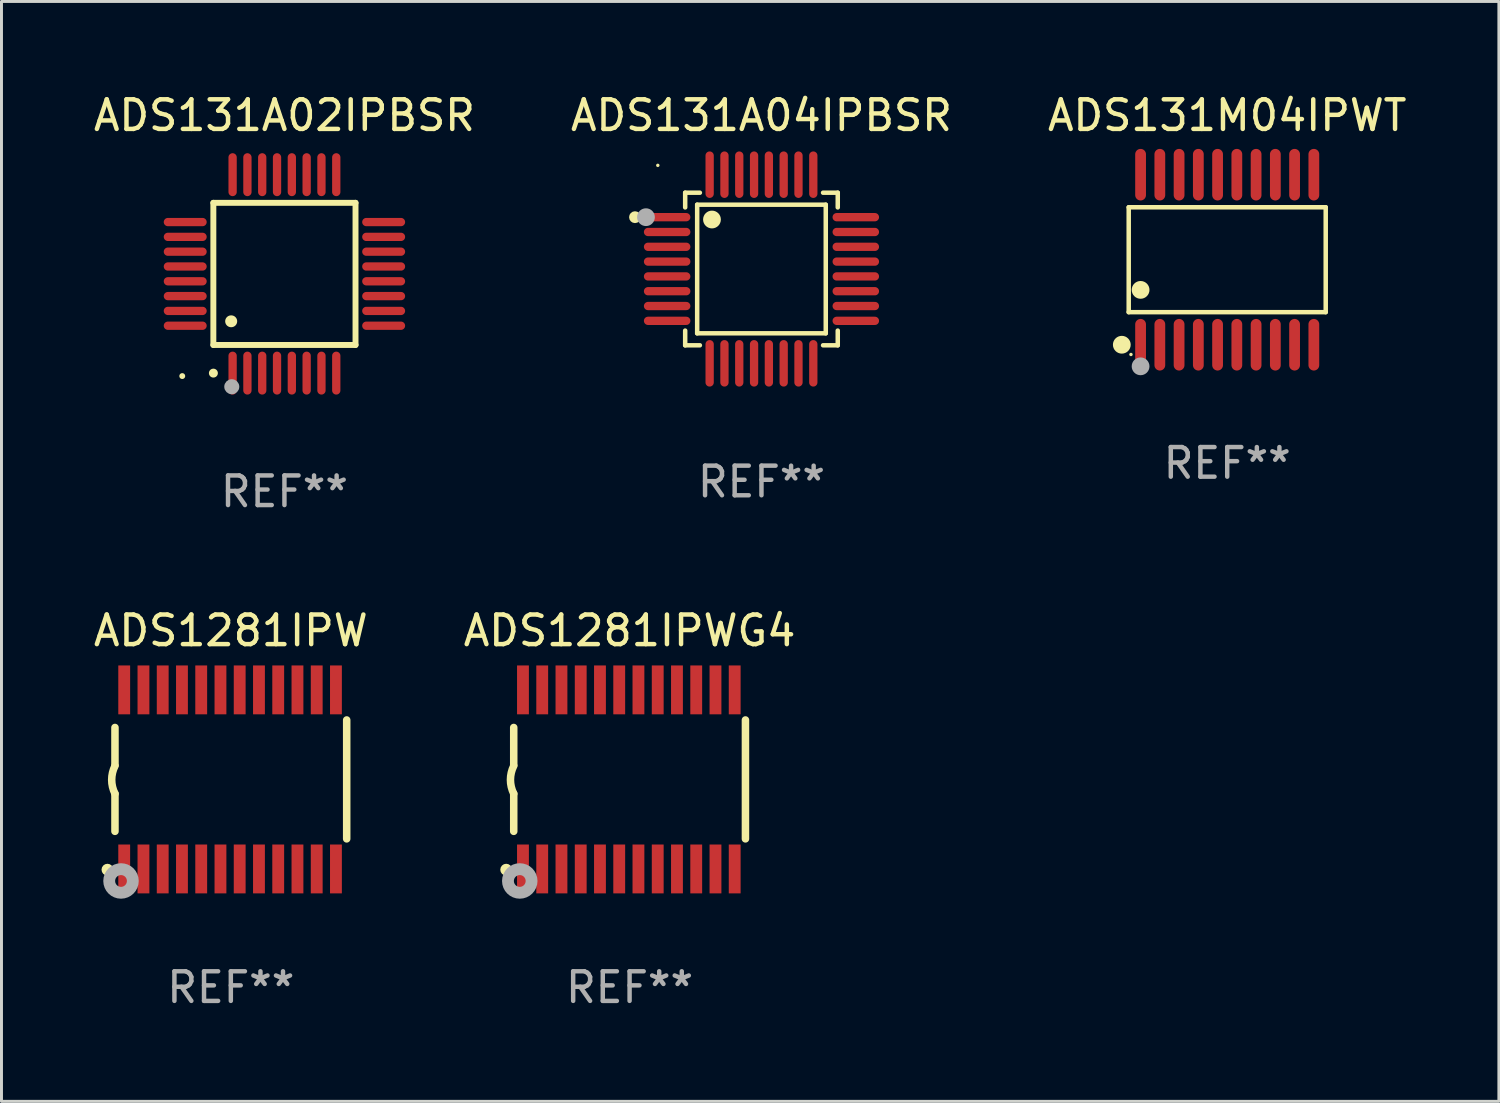
<source format=kicad_pcb>
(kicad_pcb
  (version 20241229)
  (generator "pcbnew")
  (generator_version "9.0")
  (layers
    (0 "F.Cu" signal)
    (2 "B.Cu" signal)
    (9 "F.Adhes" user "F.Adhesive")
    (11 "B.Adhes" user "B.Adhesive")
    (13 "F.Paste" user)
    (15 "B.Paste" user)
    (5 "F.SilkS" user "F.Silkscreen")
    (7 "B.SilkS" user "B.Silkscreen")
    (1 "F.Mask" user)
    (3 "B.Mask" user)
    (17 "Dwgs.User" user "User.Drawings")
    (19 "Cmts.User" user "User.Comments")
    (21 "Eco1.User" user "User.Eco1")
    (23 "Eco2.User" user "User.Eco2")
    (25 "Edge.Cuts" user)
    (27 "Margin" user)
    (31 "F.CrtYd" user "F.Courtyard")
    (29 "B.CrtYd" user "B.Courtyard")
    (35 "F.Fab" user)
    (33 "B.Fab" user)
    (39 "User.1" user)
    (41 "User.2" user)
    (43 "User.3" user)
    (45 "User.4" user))
  (footprint "ADS1281IPW"
    (layer "F.Cu")
    (at 4.744 23.267)
    (property "Reference" "ADS1281IPW" (at 0 -5.023 0) (layer "F.SilkS") (effects (font (size 1 1) (thickness 0.15))))
    (attr through_hole)
    (fp_line (start -3.912 -0.483) (end -3.912 -1.753) (stroke (width 0.254) (type solid)) (layer "F.SilkS"))
    (fp_line (start -3.912 1.753) (end -3.912 0.483) (stroke (width 0.254) (type solid)) (layer "F.SilkS"))
    (fp_line (start 3.912 -2.007) (end 3.912 2.007) (stroke (width 0.254) (type solid)) (layer "F.SilkS"))
    (fp_arc (start -3.911608 0.482601) (mid -4.022537 0.0127) (end -3.911608 -0.457201) (stroke (width 0.254001) (type solid)) (layer "F.SilkS"))
    (fp_circle (center -4.166 3.048) (end -4.066 3.048) (stroke (width 0.2) (type solid)) (fill no) (layer "F.SilkS"))
    (fp_circle (center -3.925 3.186) (end -3.895 3.186) (stroke (width 0.06) (type solid)) (fill no) (layer "F.SilkS"))
    (fp_circle (center -3.708 3.429) (end -3.509 3.429) (stroke (width 0.4) (type solid)) (fill no) (layer "F.Fab"))
    (fp_text user "REF**" (at 0 7.023 0) (layer "F.Fab") (effects (font (size 1 1) (thickness 0.15))))
    (pad "1" smd rect (at -3.6 3.023) (size 0.4 1.65) (layers "F.Cu" "F.Mask" "F.Paste"))
    (pad "2" smd rect (at -2.95 3.023) (size 0.4 1.65) (layers "F.Cu" "F.Mask" "F.Paste"))
    (pad "3" smd rect (at -2.3 3.023) (size 0.4 1.65) (layers "F.Cu" "F.Mask" "F.Paste"))
    (pad "4" smd rect (at -1.65 3.023) (size 0.4 1.65) (layers "F.Cu" "F.Mask" "F.Paste"))
    (pad "5" smd rect (at -1 3.023) (size 0.4 1.65) (layers "F.Cu" "F.Mask" "F.Paste"))
    (pad "6" smd rect (at -0.35 3.023) (size 0.4 1.65) (layers "F.Cu" "F.Mask" "F.Paste"))
    (pad "7" smd rect (at 0.299 3.023) (size 0.4 1.65) (layers "F.Cu" "F.Mask" "F.Paste"))
    (pad "8" smd rect (at 0.95 3.023) (size 0.4 1.65) (layers "F.Cu" "F.Mask" "F.Paste"))
    (pad "9" smd rect (at 1.6 3.023) (size 0.4 1.65) (layers "F.Cu" "F.Mask" "F.Paste"))
    (pad "10" smd rect (at 2.25 3.023) (size 0.4 1.65) (layers "F.Cu" "F.Mask" "F.Paste"))
    (pad "11" smd rect (at 2.9 3.023) (size 0.4 1.65) (layers "F.Cu" "F.Mask" "F.Paste"))
    (pad "12" smd rect (at 3.549 3.023) (size 0.4 1.65) (layers "F.Cu" "F.Mask" "F.Paste"))
    (pad "13" smd rect (at 3.549 -3.023) (size 0.4 1.65) (layers "F.Cu" "F.Mask" "F.Paste"))
    (pad "14" smd rect (at 2.9 -3.023) (size 0.4 1.65) (layers "F.Cu" "F.Mask" "F.Paste"))
    (pad "15" smd rect (at 2.25 -3.023) (size 0.4 1.65) (layers "F.Cu" "F.Mask" "F.Paste"))
    (pad "16" smd rect (at 1.6 -3.023) (size 0.4 1.65) (layers "F.Cu" "F.Mask" "F.Paste"))
    (pad "17" smd rect (at 0.95 -3.023) (size 0.4 1.65) (layers "F.Cu" "F.Mask" "F.Paste"))
    (pad "18" smd rect (at 0.299 -3.023) (size 0.4 1.65) (layers "F.Cu" "F.Mask" "F.Paste"))
    (pad "19" smd rect (at -0.35 -3.023) (size 0.4 1.65) (layers "F.Cu" "F.Mask" "F.Paste"))
    (pad "20" smd rect (at -1 -3.023) (size 0.4 1.65) (layers "F.Cu" "F.Mask" "F.Paste"))
    (pad "21" smd rect (at -1.65 -3.023) (size 0.4 1.65) (layers "F.Cu" "F.Mask" "F.Paste"))
    (pad "22" smd rect (at -2.3 -3.023) (size 0.4 1.65) (layers "F.Cu" "F.Mask" "F.Paste"))
    (pad "23" smd rect (at -2.95 -3.023) (size 0.4 1.65) (layers "F.Cu" "F.Mask" "F.Paste"))
    (pad "24" smd rect (at -3.6 -3.023) (size 0.4 1.65) (layers "F.Cu" "F.Mask" "F.Paste")))
  (footprint "ADS131M04IPWT"
    (layer "F.Cu")
    (at 38.387 5.719)
    (property "Reference" "ADS131M04IPWT" (at 0 -4.871 0) (layer "F.SilkS") (effects (font (size 1 1) (thickness 0.15))))
    (attr through_hole)
    (fp_line (start -3.326 -1.771) (end 3.326 -1.771) (stroke (width 0.152) (type solid)) (layer "F.SilkS"))
    (fp_line (start -3.326 1.771) (end -3.326 -1.771) (stroke (width 0.152) (type solid)) (layer "F.SilkS"))
    (fp_line (start 3.326 -1.771) (end 3.326 1.771) (stroke (width 0.152) (type solid)) (layer "F.SilkS"))
    (fp_line (start 3.326 1.771) (end -3.326 1.771) (stroke (width 0.152) (type solid)) (layer "F.SilkS"))
    (fp_circle (center -3.559 2.871) (end -3.409 2.871) (stroke (width 0.3) (type solid)) (fill no) (layer "F.SilkS"))
    (fp_circle (center -3.25 3.2) (end -3.22 3.2) (stroke (width 0.06) (type solid)) (fill no) (layer "F.SilkS"))
    (fp_circle (center -2.925 1.019) (end -2.775 1.019) (stroke (width 0.3) (type solid)) (fill no) (layer "F.SilkS"))
    (fp_circle (center -2.925 3.6) (end -2.775 3.6) (stroke (width 0.3) (type solid)) (fill no) (layer "F.Fab"))
    (fp_text user "REF**" (at 0 6.871 0) (layer "F.Fab") (effects (font (size 1 1) (thickness 0.15))))
    (pad "1" smd oval (at -2.925 2.871) (size 0.364 1.742) (layers "F.Cu" "F.Mask" "F.Paste"))
    (pad "2" smd oval (at -2.275 2.871) (size 0.364 1.742) (layers "F.Cu" "F.Mask" "F.Paste"))
    (pad "3" smd oval (at -1.625 2.871) (size 0.364 1.742) (layers "F.Cu" "F.Mask" "F.Paste"))
    (pad "4" smd oval (at -0.975 2.871) (size 0.364 1.742) (layers "F.Cu" "F.Mask" "F.Paste"))
    (pad "5" smd oval (at -0.325 2.871) (size 0.364 1.742) (layers "F.Cu" "F.Mask" "F.Paste"))
    (pad "6" smd oval (at 0.325 2.871) (size 0.364 1.742) (layers "F.Cu" "F.Mask" "F.Paste"))
    (pad "7" smd oval (at 0.975 2.871) (size 0.364 1.742) (layers "F.Cu" "F.Mask" "F.Paste"))
    (pad "8" smd oval (at 1.625 2.871) (size 0.364 1.742) (layers "F.Cu" "F.Mask" "F.Paste"))
    (pad "9" smd oval (at 2.275 2.871) (size 0.364 1.742) (layers "F.Cu" "F.Mask" "F.Paste"))
    (pad "10" smd oval (at 2.925 2.871) (size 0.364 1.742) (layers "F.Cu" "F.Mask" "F.Paste"))
    (pad "11" smd oval (at 2.925 -2.871) (size 0.364 1.742) (layers "F.Cu" "F.Mask" "F.Paste"))
    (pad "12" smd oval (at 2.275 -2.871) (size 0.364 1.742) (layers "F.Cu" "F.Mask" "F.Paste"))
    (pad "13" smd oval (at 1.625 -2.871) (size 0.364 1.742) (layers "F.Cu" "F.Mask" "F.Paste"))
    (pad "14" smd oval (at 0.975 -2.871) (size 0.364 1.742) (layers "F.Cu" "F.Mask" "F.Paste"))
    (pad "15" smd oval (at 0.325 -2.871) (size 0.364 1.742) (layers "F.Cu" "F.Mask" "F.Paste"))
    (pad "16" smd oval (at -0.325 -2.871) (size 0.364 1.742) (layers "F.Cu" "F.Mask" "F.Paste"))
    (pad "17" smd oval (at -0.975 -2.871) (size 0.364 1.742) (layers "F.Cu" "F.Mask" "F.Paste"))
    (pad "18" smd oval (at -1.625 -2.871) (size 0.364 1.742) (layers "F.Cu" "F.Mask" "F.Paste"))
    (pad "19" smd oval (at -2.275 -2.871) (size 0.364 1.742) (layers "F.Cu" "F.Mask" "F.Paste"))
    (pad "20" smd oval (at -2.925 -2.871) (size 0.364 1.742) (layers "F.Cu" "F.Mask" "F.Paste")))
  (footprint "ADS131A04IPBSR"
    (layer "F.Cu")
    (at 22.661 6.033)
    (property "Reference" "ADS131A04IPBSR" (at 0 -5.185 0) (layer "F.SilkS") (effects (font (size 1 1) (thickness 0.15))))
    (attr through_hole)
    (fp_line (start -2.576 -2.576) (end -2.576 -2.08) (stroke (width 0.152) (type solid)) (layer "F.SilkS"))
    (fp_line (start -2.576 2.576) (end -2.576 2.08) (stroke (width 0.152) (type solid)) (layer "F.SilkS"))
    (fp_line (start -2.171 -2.171) (end 2.171 -2.171) (stroke (width 0.152) (type solid)) (layer "F.SilkS"))
    (fp_line (start -2.171 2.171) (end -2.171 -2.171) (stroke (width 0.152) (type solid)) (layer "F.SilkS"))
    (fp_line (start -2.08 -2.576) (end -2.576 -2.576) (stroke (width 0.152) (type solid)) (layer "F.SilkS"))
    (fp_line (start -2.08 2.576) (end -2.576 2.576) (stroke (width 0.152) (type solid)) (layer "F.SilkS"))
    (fp_line (start 2.08 -2.576) (end 2.576 -2.576) (stroke (width 0.152) (type solid)) (layer "F.SilkS"))
    (fp_line (start 2.08 2.576) (end 2.576 2.576) (stroke (width 0.152) (type solid)) (layer "F.SilkS"))
    (fp_line (start 2.171 -2.171) (end 2.171 2.171) (stroke (width 0.152) (type solid)) (layer "F.SilkS"))
    (fp_line (start 2.171 2.171) (end -2.171 2.171) (stroke (width 0.152) (type solid)) (layer "F.SilkS"))
    (fp_line (start 2.576 -2.576) (end 2.576 -2.08) (stroke (width 0.152) (type solid)) (layer "F.SilkS"))
    (fp_line (start 2.576 2.576) (end 2.576 2.08) (stroke (width 0.152) (type solid)) (layer "F.SilkS"))
    (fp_circle (center -4.27 -1.75) (end -4.17 -1.75) (stroke (width 0.2) (type solid)) (fill no) (layer "F.SilkS"))
    (fp_circle (center -3.5 -3.5) (end -3.47 -3.5) (stroke (width 0.06) (type solid)) (fill no) (layer "F.SilkS"))
    (fp_circle (center -1.671 -1.671) (end -1.521 -1.671) (stroke (width 0.3) (type solid)) (fill no) (layer "F.SilkS"))
    (fp_circle (center -3.9 -1.75) (end -3.75 -1.75) (stroke (width 0.3) (type solid)) (fill no) (layer "F.Fab"))
    (fp_text user "REF**" (at 0 7.185 0) (layer "F.Fab") (effects (font (size 1 1) (thickness 0.15))))
    (pad "1" smd oval (at -3.185 -1.75 270) (size 0.28 1.57) (layers "F.Cu" "F.Mask" "F.Paste"))
    (pad "2" smd oval (at -3.185 -1.25 270) (size 0.28 1.57) (layers "F.Cu" "F.Mask" "F.Paste"))
    (pad "3" smd oval (at -3.185 -0.75 270) (size 0.28 1.57) (layers "F.Cu" "F.Mask" "F.Paste"))
    (pad "4" smd oval (at -3.185 -0.25 270) (size 0.28 1.57) (layers "F.Cu" "F.Mask" "F.Paste"))
    (pad "5" smd oval (at -3.185 0.25 270) (size 0.28 1.57) (layers "F.Cu" "F.Mask" "F.Paste"))
    (pad "6" smd oval (at -3.185 0.75 270) (size 0.28 1.57) (layers "F.Cu" "F.Mask" "F.Paste"))
    (pad "7" smd oval (at -3.185 1.25 270) (size 0.28 1.57) (layers "F.Cu" "F.Mask" "F.Paste"))
    (pad "8" smd oval (at -3.185 1.75 270) (size 0.28 1.57) (layers "F.Cu" "F.Mask" "F.Paste"))
    (pad "9" smd oval (at -1.75 3.185 270) (size 1.57 0.28) (layers "F.Cu" "F.Mask" "F.Paste"))
    (pad "10" smd oval (at -1.25 3.185 270) (size 1.57 0.28) (layers "F.Cu" "F.Mask" "F.Paste"))
    (pad "11" smd oval (at -0.75 3.185 270) (size 1.57 0.28) (layers "F.Cu" "F.Mask" "F.Paste"))
    (pad "12" smd oval (at -0.25 3.185 270) (size 1.57 0.28) (layers "F.Cu" "F.Mask" "F.Paste"))
    (pad "13" smd oval (at 0.25 3.185 270) (size 1.57 0.28) (layers "F.Cu" "F.Mask" "F.Paste"))
    (pad "14" smd oval (at 0.75 3.185 270) (size 1.57 0.28) (layers "F.Cu" "F.Mask" "F.Paste"))
    (pad "15" smd oval (at 1.25 3.185 270) (size 1.57 0.28) (layers "F.Cu" "F.Mask" "F.Paste"))
    (pad "16" smd oval (at 1.75 3.185 270) (size 1.57 0.28) (layers "F.Cu" "F.Mask" "F.Paste"))
    (pad "17" smd oval (at 3.185 1.75 270) (size 0.28 1.57) (layers "F.Cu" "F.Mask" "F.Paste"))
    (pad "18" smd oval (at 3.185 1.25 270) (size 0.28 1.57) (layers "F.Cu" "F.Mask" "F.Paste"))
    (pad "19" smd oval (at 3.185 0.75 270) (size 0.28 1.57) (layers "F.Cu" "F.Mask" "F.Paste"))
    (pad "20" smd oval (at 3.185 0.25 270) (size 0.28 1.57) (layers "F.Cu" "F.Mask" "F.Paste"))
    (pad "21" smd oval (at 3.185 -0.25 270) (size 0.28 1.57) (layers "F.Cu" "F.Mask" "F.Paste"))
    (pad "22" smd oval (at 3.185 -0.75 270) (size 0.28 1.57) (layers "F.Cu" "F.Mask" "F.Paste"))
    (pad "23" smd oval (at 3.185 -1.25 270) (size 0.28 1.57) (layers "F.Cu" "F.Mask" "F.Paste"))
    (pad "24" smd oval (at 3.185 -1.75 270) (size 0.28 1.57) (layers "F.Cu" "F.Mask" "F.Paste"))
    (pad "25" smd oval (at 1.75 -3.185 270) (size 1.57 0.28) (layers "F.Cu" "F.Mask" "F.Paste"))
    (pad "26" smd oval (at 1.25 -3.185 270) (size 1.57 0.28) (layers "F.Cu" "F.Mask" "F.Paste"))
    (pad "27" smd oval (at 0.75 -3.185 270) (size 1.57 0.28) (layers "F.Cu" "F.Mask" "F.Paste"))
    (pad "28" smd oval (at 0.25 -3.185 270) (size 1.57 0.28) (layers "F.Cu" "F.Mask" "F.Paste"))
    (pad "29" smd oval (at -0.25 -3.185 270) (size 1.57 0.28) (layers "F.Cu" "F.Mask" "F.Paste"))
    (pad "30" smd oval (at -0.75 -3.185 270) (size 1.57 0.28) (layers "F.Cu" "F.Mask" "F.Paste"))
    (pad "31" smd oval (at -1.25 -3.185 270) (size 1.57 0.28) (layers "F.Cu" "F.Mask" "F.Paste"))
    (pad "32" smd oval (at -1.75 -3.185 270) (size 1.57 0.28) (layers "F.Cu" "F.Mask" "F.Paste")))
  (footprint "ADS1281IPWG4"
    (layer "F.Cu")
    (at 18.208 23.267)
    (property "Reference" "ADS1281IPWG4" (at 0 -5.023 0) (layer "F.SilkS") (effects (font (size 1 1) (thickness 0.15))))
    (attr through_hole)
    (fp_line (start -3.912 -0.483) (end -3.912 -1.753) (stroke (width 0.254) (type solid)) (layer "F.SilkS"))
    (fp_line (start -3.912 1.753) (end -3.912 0.483) (stroke (width 0.254) (type solid)) (layer "F.SilkS"))
    (fp_line (start 3.912 -2.007) (end 3.912 2.007) (stroke (width 0.254) (type solid)) (layer "F.SilkS"))
    (fp_arc (start -3.911608 0.482601) (mid -4.022537 0.0127) (end -3.911608 -0.457201) (stroke (width 0.254001) (type solid)) (layer "F.SilkS"))
    (fp_circle (center -4.166 3.048) (end -4.066 3.048) (stroke (width 0.2) (type solid)) (fill no) (layer "F.SilkS"))
    (fp_circle (center -3.925 3.186) (end -3.895 3.186) (stroke (width 0.06) (type solid)) (fill no) (layer "F.SilkS"))
    (fp_circle (center -3.708 3.429) (end -3.509 3.429) (stroke (width 0.4) (type solid)) (fill no) (layer "F.Fab"))
    (fp_text user "REF**" (at 0 7.023 0) (layer "F.Fab") (effects (font (size 1 1) (thickness 0.15))))
    (pad "1" smd rect (at -3.6 3.023) (size 0.4 1.65) (layers "F.Cu" "F.Mask" "F.Paste"))
    (pad "2" smd rect (at -2.95 3.023) (size 0.4 1.65) (layers "F.Cu" "F.Mask" "F.Paste"))
    (pad "3" smd rect (at -2.3 3.023) (size 0.4 1.65) (layers "F.Cu" "F.Mask" "F.Paste"))
    (pad "4" smd rect (at -1.65 3.023) (size 0.4 1.65) (layers "F.Cu" "F.Mask" "F.Paste"))
    (pad "5" smd rect (at -1 3.023) (size 0.4 1.65) (layers "F.Cu" "F.Mask" "F.Paste"))
    (pad "6" smd rect (at -0.35 3.023) (size 0.4 1.65) (layers "F.Cu" "F.Mask" "F.Paste"))
    (pad "7" smd rect (at 0.299 3.023) (size 0.4 1.65) (layers "F.Cu" "F.Mask" "F.Paste"))
    (pad "8" smd rect (at 0.95 3.023) (size 0.4 1.65) (layers "F.Cu" "F.Mask" "F.Paste"))
    (pad "9" smd rect (at 1.6 3.023) (size 0.4 1.65) (layers "F.Cu" "F.Mask" "F.Paste"))
    (pad "10" smd rect (at 2.25 3.023) (size 0.4 1.65) (layers "F.Cu" "F.Mask" "F.Paste"))
    (pad "11" smd rect (at 2.9 3.023) (size 0.4 1.65) (layers "F.Cu" "F.Mask" "F.Paste"))
    (pad "12" smd rect (at 3.549 3.023) (size 0.4 1.65) (layers "F.Cu" "F.Mask" "F.Paste"))
    (pad "13" smd rect (at 3.549 -3.023) (size 0.4 1.65) (layers "F.Cu" "F.Mask" "F.Paste"))
    (pad "14" smd rect (at 2.9 -3.023) (size 0.4 1.65) (layers "F.Cu" "F.Mask" "F.Paste"))
    (pad "15" smd rect (at 2.25 -3.023) (size 0.4 1.65) (layers "F.Cu" "F.Mask" "F.Paste"))
    (pad "16" smd rect (at 1.6 -3.023) (size 0.4 1.65) (layers "F.Cu" "F.Mask" "F.Paste"))
    (pad "17" smd rect (at 0.95 -3.023) (size 0.4 1.65) (layers "F.Cu" "F.Mask" "F.Paste"))
    (pad "18" smd rect (at 0.299 -3.023) (size 0.4 1.65) (layers "F.Cu" "F.Mask" "F.Paste"))
    (pad "19" smd rect (at -0.35 -3.023) (size 0.4 1.65) (layers "F.Cu" "F.Mask" "F.Paste"))
    (pad "20" smd rect (at -1 -3.023) (size 0.4 1.65) (layers "F.Cu" "F.Mask" "F.Paste"))
    (pad "21" smd rect (at -1.65 -3.023) (size 0.4 1.65) (layers "F.Cu" "F.Mask" "F.Paste"))
    (pad "22" smd rect (at -2.3 -3.023) (size 0.4 1.65) (layers "F.Cu" "F.Mask" "F.Paste"))
    (pad "23" smd rect (at -2.95 -3.023) (size 0.4 1.65) (layers "F.Cu" "F.Mask" "F.Paste"))
    (pad "24" smd rect (at -3.6 -3.023) (size 0.4 1.65) (layers "F.Cu" "F.Mask" "F.Paste")))
  (footprint "ADS131A02IPBSR"
    (layer "F.Cu")
    (at 6.554 6.198)
    (property "Reference" "ADS131A02IPBSR" (at 0 -5.35 0) (layer "F.SilkS") (effects (font (size 1 1) (thickness 0.15))))
    (attr through_hole)
    (fp_line (start -2.4 -2.4) (end -2.4 2.4) (stroke (width 0.2) (type solid)) (layer "F.SilkS"))
    (fp_line (start -2.4 2.4) (end 2.4 2.4) (stroke (width 0.2) (type solid)) (layer "F.SilkS"))
    (fp_line (start 2.4 -2.4) (end -2.4 -2.4) (stroke (width 0.2) (type solid)) (layer "F.SilkS"))
    (fp_line (start 2.4 2.4) (end 2.4 -2.4) (stroke (width 0.2) (type solid)) (layer "F.SilkS"))
    (fp_arc (start -2.400305 3.350267) (mid -2.399035 3.350262) (end -2.397765 3.350267) (stroke (width 0.3) (type solid)) (layer "F.SilkS"))
    (fp_arc (start -1.800864 1.600203) (mid -1.798324 1.600187) (end -1.795784 1.600203) (stroke (width 0.4) (type solid)) (layer "F.SilkS"))
    (fp_circle (center -3.45 3.45) (end -3.4 3.45) (stroke (width 0.1) (type solid)) (fill no) (layer "F.SilkS"))
    (fp_circle (center -1.778 3.81) (end -1.651 3.81) (stroke (width 0.254) (type solid)) (fill no) (layer "F.Fab"))
    (fp_text user "REF**" (at 0 7.35 0) (layer "F.Fab") (effects (font (size 1 1) (thickness 0.15))))
    (pad "1" smd oval (at -1.75 3.35) (size 0.28 1.45) (layers "F.Cu" "F.Mask" "F.Paste"))
    (pad "2" smd oval (at -1.25 3.35) (size 0.28 1.45) (layers "F.Cu" "F.Mask" "F.Paste"))
    (pad "3" smd oval (at -0.75 3.35) (size 0.28 1.45) (layers "F.Cu" "F.Mask" "F.Paste"))
    (pad "4" smd oval (at -0.25 3.35) (size 0.28 1.45) (layers "F.Cu" "F.Mask" "F.Paste"))
    (pad "5" smd oval (at 0.25 3.35) (size 0.28 1.45) (layers "F.Cu" "F.Mask" "F.Paste"))
    (pad "6" smd oval (at 0.75 3.35) (size 0.28 1.45) (layers "F.Cu" "F.Mask" "F.Paste"))
    (pad "7" smd oval (at 1.25 3.35) (size 0.28 1.45) (layers "F.Cu" "F.Mask" "F.Paste"))
    (pad "8" smd oval (at 1.75 3.35) (size 0.28 1.45) (layers "F.Cu" "F.Mask" "F.Paste"))
    (pad "9" smd oval (at 3.35 1.75) (size 1.45 0.28) (layers "F.Cu" "F.Mask" "F.Paste"))
    (pad "10" smd oval (at 3.35 1.25) (size 1.45 0.28) (layers "F.Cu" "F.Mask" "F.Paste"))
    (pad "11" smd oval (at 3.35 0.75) (size 1.45 0.28) (layers "F.Cu" "F.Mask" "F.Paste"))
    (pad "12" smd oval (at 3.35 0.25) (size 1.45 0.28) (layers "F.Cu" "F.Mask" "F.Paste"))
    (pad "13" smd oval (at 3.35 -0.25) (size 1.45 0.28) (layers "F.Cu" "F.Mask" "F.Paste"))
    (pad "14" smd oval (at 3.35 -0.75) (size 1.45 0.28) (layers "F.Cu" "F.Mask" "F.Paste"))
    (pad "15" smd oval (at 3.35 -1.25) (size 1.45 0.28) (layers "F.Cu" "F.Mask" "F.Paste"))
    (pad "16" smd oval (at 3.35 -1.75) (size 1.45 0.28) (layers "F.Cu" "F.Mask" "F.Paste"))
    (pad "17" smd oval (at 1.75 -3.35) (size 0.28 1.45) (layers "F.Cu" "F.Mask" "F.Paste"))
    (pad "18" smd oval (at 1.25 -3.35) (size 0.28 1.45) (layers "F.Cu" "F.Mask" "F.Paste"))
    (pad "19" smd oval (at 0.75 -3.35) (size 0.28 1.45) (layers "F.Cu" "F.Mask" "F.Paste"))
    (pad "20" smd oval (at 0.25 -3.35) (size 0.28 1.45) (layers "F.Cu" "F.Mask" "F.Paste"))
    (pad "21" smd oval (at -0.25 -3.35) (size 0.28 1.45) (layers "F.Cu" "F.Mask" "F.Paste"))
    (pad "22" smd oval (at -0.75 -3.35) (size 0.28 1.45) (layers "F.Cu" "F.Mask" "F.Paste"))
    (pad "23" smd oval (at -1.25 -3.35) (size 0.28 1.45) (layers "F.Cu" "F.Mask" "F.Paste"))
    (pad "24" smd oval (at -1.75 -3.35) (size 0.28 1.45) (layers "F.Cu" "F.Mask" "F.Paste"))
    (pad "25" smd oval (at -3.35 -1.75) (size 1.45 0.28) (layers "F.Cu" "F.Mask" "F.Paste"))
    (pad "26" smd oval (at -3.35 -1.25) (size 1.45 0.28) (layers "F.Cu" "F.Mask" "F.Paste"))
    (pad "27" smd oval (at -3.35 -0.75) (size 1.45 0.28) (layers "F.Cu" "F.Mask" "F.Paste"))
    (pad "28" smd oval (at -3.35 -0.25) (size 1.45 0.28) (layers "F.Cu" "F.Mask" "F.Paste"))
    (pad "29" smd oval (at -3.35 0.25) (size 1.45 0.28) (layers "F.Cu" "F.Mask" "F.Paste"))
    (pad "30" smd oval (at -3.35 0.75) (size 1.45 0.28) (layers "F.Cu" "F.Mask" "F.Paste"))
    (pad "31" smd oval (at -3.35 1.25) (size 1.45 0.28) (layers "F.Cu" "F.Mask" "F.Paste"))
    (pad "32" smd oval (at -3.35 1.75) (size 1.45 0.28) (layers "F.Cu" "F.Mask" "F.Paste")))
  (gr_rect
    (start -3 -3)
    (end 47.56 34.138)
    (stroke (width 0.1) (type default))
    (fill no)
    (layer "Edge.Cuts")))
</source>
